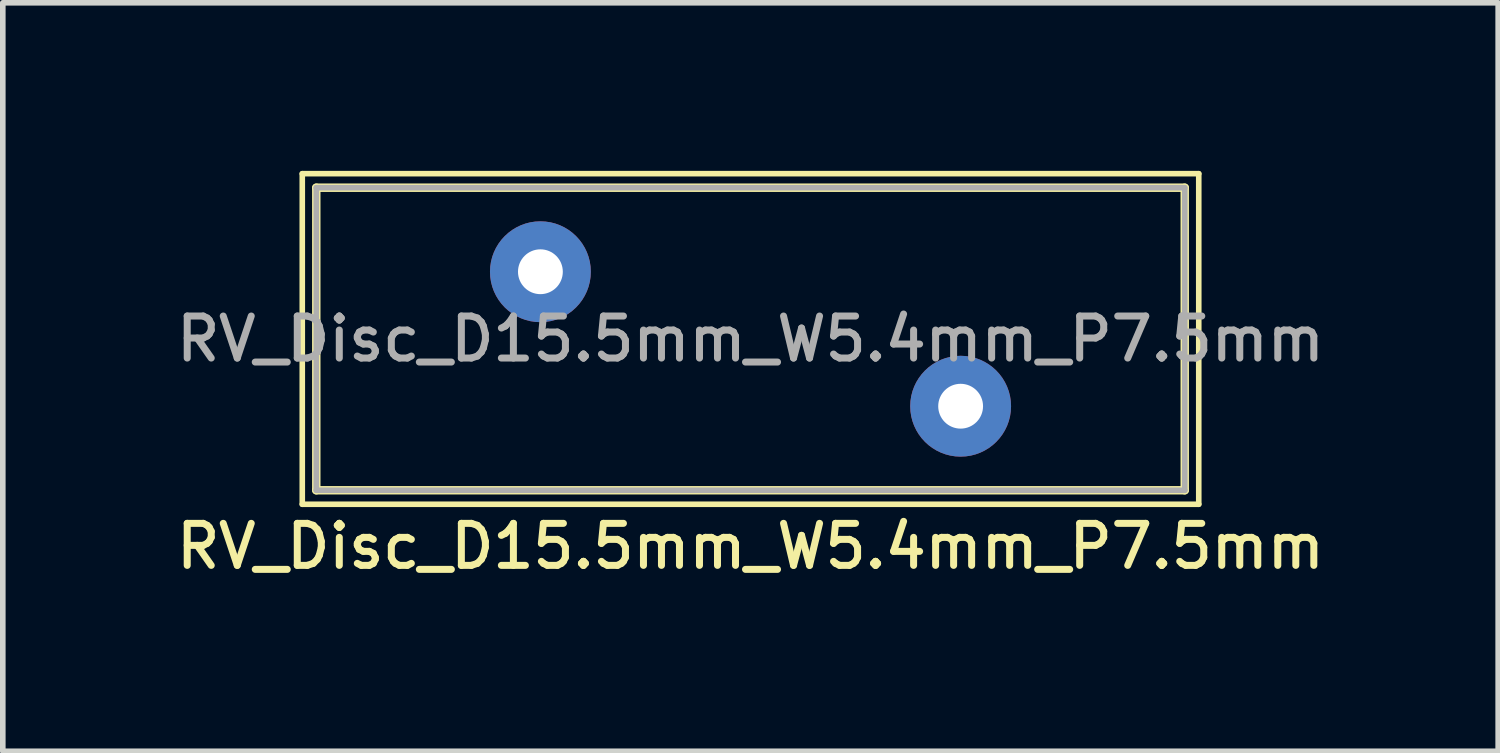
<source format=kicad_pcb>
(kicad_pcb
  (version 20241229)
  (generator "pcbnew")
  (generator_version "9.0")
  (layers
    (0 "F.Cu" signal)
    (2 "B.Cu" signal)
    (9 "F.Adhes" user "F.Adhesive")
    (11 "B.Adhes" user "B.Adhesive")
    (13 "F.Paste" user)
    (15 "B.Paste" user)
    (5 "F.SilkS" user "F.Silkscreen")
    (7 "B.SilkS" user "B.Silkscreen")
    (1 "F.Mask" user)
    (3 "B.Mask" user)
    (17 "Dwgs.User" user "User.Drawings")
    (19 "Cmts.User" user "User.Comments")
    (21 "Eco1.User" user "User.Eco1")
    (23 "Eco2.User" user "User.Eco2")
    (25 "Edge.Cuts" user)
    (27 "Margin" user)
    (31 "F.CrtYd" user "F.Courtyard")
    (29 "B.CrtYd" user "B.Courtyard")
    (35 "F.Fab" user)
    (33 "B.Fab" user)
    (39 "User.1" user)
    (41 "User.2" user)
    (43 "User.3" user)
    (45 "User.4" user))
  (footprint "RV_Disc_D15.5mm_W5.4mm_P7.5mm"
    (layer "F.Cu")
    (at 6.595 1.8)
    (property "Reference" "RV_Disc_D15.5mm_W5.4mm_P7.5mm" (at 3.75 4.9 0) (layer "F.SilkS") (effects (font (size 0.75 0.75) (thickness 0.125))))
    (attr through_hole)
    (fp_line (start -4.25 -1.75) (end -4.25 4.15) (stroke (width 0.1) (type solid)) (layer "F.SilkS"))
    (fp_line (start -4.25 -1.75) (end 11.75 -1.75) (stroke (width 0.1) (type solid)) (layer "F.SilkS"))
    (fp_line (start -4.25 4.15) (end 11.75 4.15) (stroke (width 0.1) (type solid)) (layer "F.SilkS"))
    (fp_line (start -4 -1.5) (end -4 3.9) (stroke (width 0.15) (type solid)) (layer "F.SilkS"))
    (fp_line (start -4 -1.5) (end 11.5 -1.5) (stroke (width 0.15) (type solid)) (layer "F.SilkS"))
    (fp_line (start -4 3.9) (end 11.5 3.9) (stroke (width 0.15) (type solid)) (layer "F.SilkS"))
    (fp_line (start 11.5 -1.5) (end 11.5 3.9) (stroke (width 0.15) (type solid)) (layer "F.SilkS"))
    (fp_line (start 11.75 -1.75) (end 11.75 4.15) (stroke (width 0.1) (type solid)) (layer "F.SilkS"))
    (fp_line (start -4 -1.5) (end -4 3.9) (stroke (width 0.1) (type solid)) (layer "F.Fab"))
    (fp_line (start -4 -1.5) (end 11.5 -1.5) (stroke (width 0.1) (type solid)) (layer "F.Fab"))
    (fp_line (start -4 3.9) (end 11.5 3.9) (stroke (width 0.1) (type solid)) (layer "F.Fab"))
    (fp_line (start 11.5 -1.5) (end 11.5 3.9) (stroke (width 0.1) (type solid)) (layer "F.Fab"))
    (fp_text user "${REFERENCE}" (at 3.75 1.2 0) (layer "F.Fab") (effects (font (size 0.75 0.75) (thickness 0.125))))
    (pad "1" thru_hole circle (at 0 0) (size 1.8 1.8) (drill 0.8) (layers "*.Cu" "*.Mask"))
    (pad "2" thru_hole circle (at 7.5 2.4) (size 1.8 1.8) (drill 0.8) (layers "*.Cu" "*.Mask")))
  (gr_rect
    (start -3 -3)
    (end 23.689 10.358)
    (stroke (width 0.1) (type default))
    (fill no)
    (layer "Edge.Cuts")))
</source>
